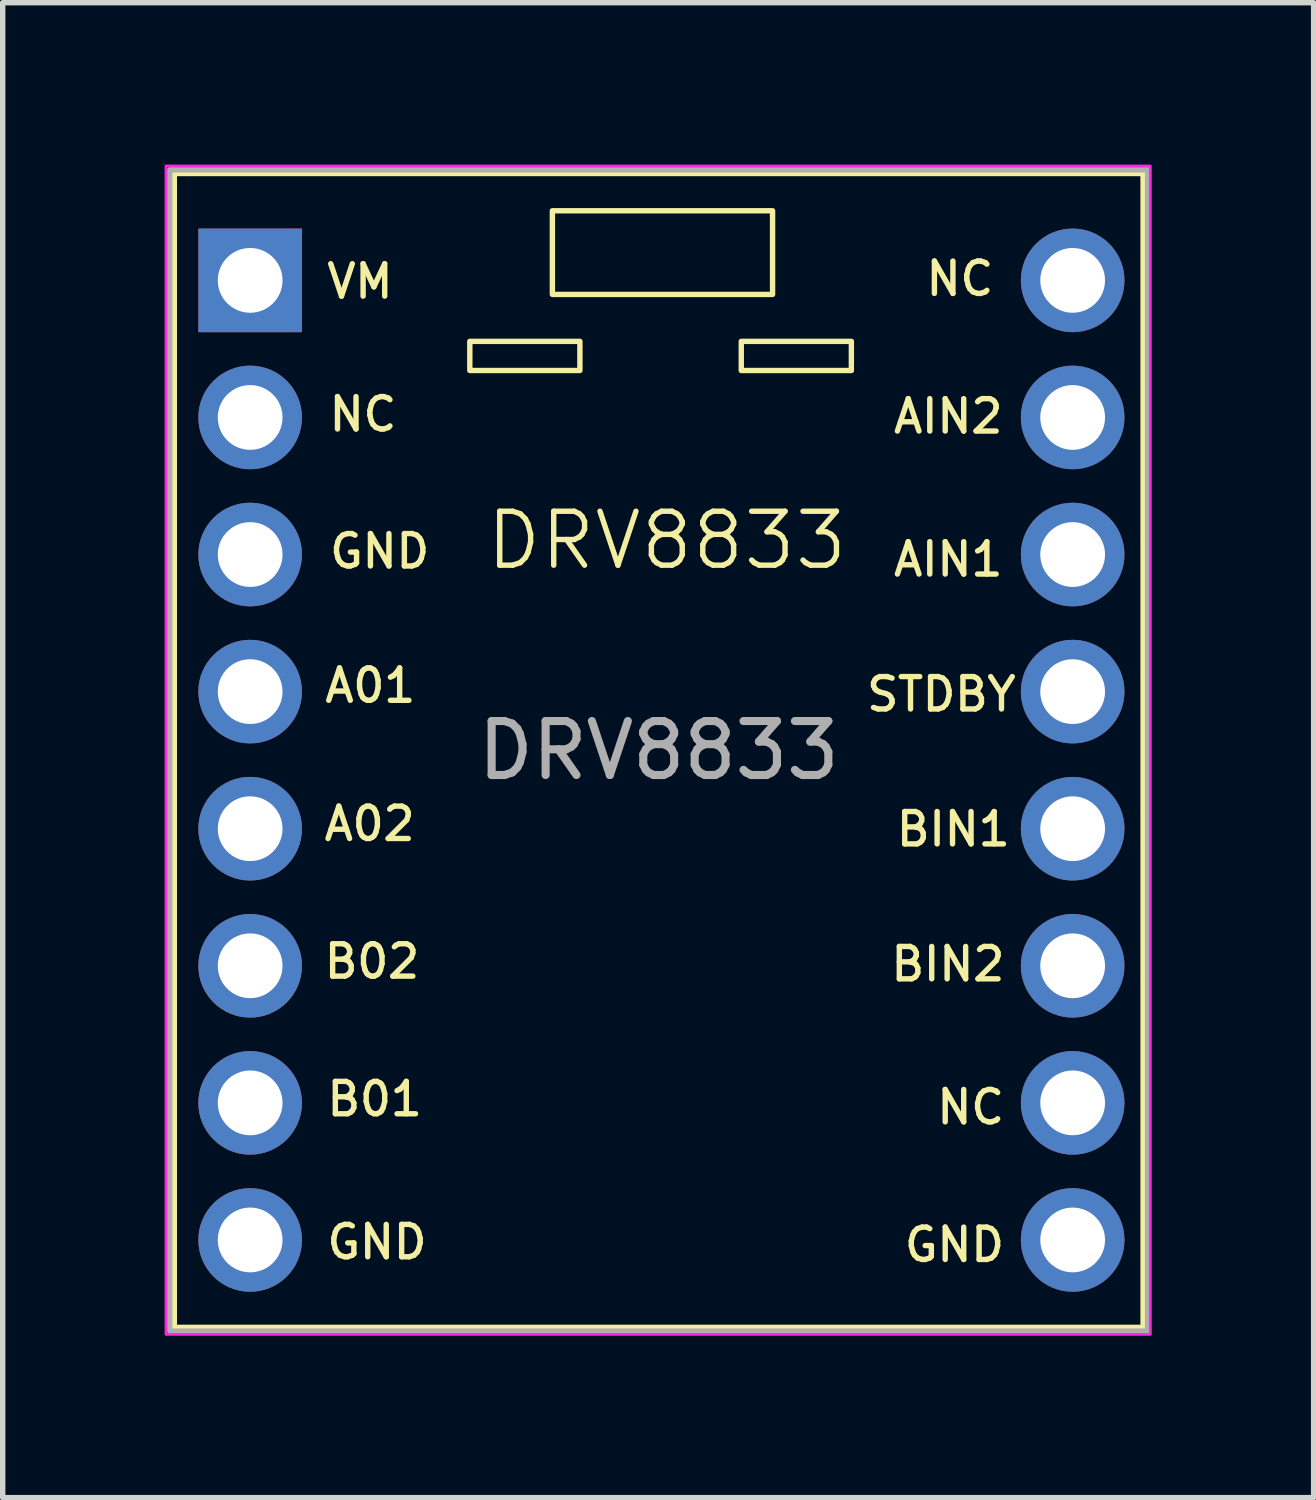
<source format=kicad_pcb>
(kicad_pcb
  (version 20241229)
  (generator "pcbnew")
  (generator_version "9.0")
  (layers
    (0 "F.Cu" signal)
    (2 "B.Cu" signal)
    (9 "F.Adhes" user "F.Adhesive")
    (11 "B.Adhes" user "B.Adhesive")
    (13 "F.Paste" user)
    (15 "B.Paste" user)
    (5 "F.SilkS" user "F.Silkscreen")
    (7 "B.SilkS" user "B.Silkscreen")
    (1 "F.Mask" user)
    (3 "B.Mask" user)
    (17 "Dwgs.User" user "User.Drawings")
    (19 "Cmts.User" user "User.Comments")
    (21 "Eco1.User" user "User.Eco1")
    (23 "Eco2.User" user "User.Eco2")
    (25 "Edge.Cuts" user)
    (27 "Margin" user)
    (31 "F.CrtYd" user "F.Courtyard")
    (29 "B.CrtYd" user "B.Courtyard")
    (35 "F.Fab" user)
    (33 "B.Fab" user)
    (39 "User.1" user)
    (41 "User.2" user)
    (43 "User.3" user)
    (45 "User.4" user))
  (footprint "DRV8833"
    (layer "F.Cu")
    (at 9.205 9.765)
    (property "Reference" "DRV8833" (at 0.1 -2.8 0) (unlocked yes) (layer "F.SilkS") (effects (font (size 1 1) (thickness 0.1))))
    (attr through_hole)
    (fp_rect (start -9.025 -9.6) (end 8.925 11.78) (stroke (width 0.1) (type solid)) (fill no) (layer "F.SilkS"))
    (fp_rect (start -3.55 -6.49) (end -1.51 -5.95) (stroke (width 0.1) (type default)) (fill no) (layer "F.SilkS"))
    (fp_rect (start -2.02 -8.91) (end 2.06 -7.36) (stroke (width 0.1) (type default)) (fill no) (layer "F.SilkS"))
    (fp_rect (start 1.48 -6.49) (end 3.52 -5.95) (stroke (width 0.1) (type default)) (fill no) (layer "F.SilkS"))
    (fp_rect (start -9.18 -9.74) (end 9.06 11.91) (stroke (width 0.05) (type solid)) (fill no) (layer "F.CrtYd"))
    (fp_rect (start -9.11 -9.67) (end 9.01 11.85) (stroke (width 0.1) (type solid)) (fill no) (layer "F.Fab"))
    (fp_text user "NC" (at 5.05 8.05 0) (unlocked yes) (layer "F.SilkS") (effects (font (size 0.6 0.6) (thickness 0.1)) (justify left bottom)))
    (fp_text user "GND" (at 4.45 10.6 0) (unlocked yes) (layer "F.SilkS") (effects (font (size 0.6 0.6) (thickness 0.1)) (justify left bottom)))
    (fp_text user "A01" (at -6.287 0.239 0) (unlocked yes) (layer "F.SilkS") (effects (font (size 0.6 0.6) (thickness 0.1)) (justify left bottom)))
    (fp_text user "NC" (at 4.85 -7.3 0) (unlocked yes) (layer "F.SilkS") (effects (font (size 0.6 0.6) (thickness 0.1)) (justify left bottom)))
    (fp_text user "BIN2" (at 4.2 5.4 0) (unlocked yes) (layer "F.SilkS") (effects (font (size 0.6 0.6) (thickness 0.1)) (justify left bottom)))
    (fp_text user "BIN1" (at 4.3 2.9 0) (unlocked yes) (layer "F.SilkS") (effects (font (size 0.6 0.6) (thickness 0.1)) (justify left bottom)))
    (fp_text user "A02" (at -6.3 2.8 0) (unlocked yes) (layer "F.SilkS") (effects (font (size 0.6 0.6) (thickness 0.1)) (justify left bottom)))
    (fp_text user "NC" (at -6.21 -4.788 0) (unlocked yes) (layer "F.SilkS") (effects (font (size 0.6 0.6) (thickness 0.1)) (justify left bottom)))
    (fp_text user "AIN1" (at 4.25 -2.1 0) (unlocked yes) (layer "F.SilkS") (effects (font (size 0.6 0.6) (thickness 0.1)) (justify left bottom)))
    (fp_text user "AIN2" (at 4.25 -4.75 0) (unlocked yes) (layer "F.SilkS") (effects (font (size 0.6 0.6) (thickness 0.1)) (justify left bottom)))
    (fp_text user "STDBY" (at 3.75 0.4 0) (unlocked yes) (layer "F.SilkS") (effects (font (size 0.6 0.6) (thickness 0.1)) (justify left bottom)))
    (fp_text user "VM" (at -6.25 -7.25 0) (unlocked yes) (layer "F.SilkS") (effects (font (size 0.6 0.6) (thickness 0.1)) (justify left bottom)))
    (fp_text user "GND" (at -6.25 10.55 0) (unlocked yes) (layer "F.SilkS") (effects (font (size 0.6 0.6) (thickness 0.1)) (justify left bottom)))
    (fp_text user "B01" (at -6.25 7.9 0) (unlocked yes) (layer "F.SilkS") (effects (font (size 0.6 0.6) (thickness 0.1)) (justify left bottom)))
    (fp_text user "B02" (at -6.3 5.35 0) (unlocked yes) (layer "F.SilkS") (effects (font (size 0.6 0.6) (thickness 0.1)) (justify left bottom)))
    (fp_text user "GND" (at -6.2 -2.25 0) (unlocked yes) (layer "F.SilkS") (effects (font (size 0.6 0.6) (thickness 0.1)) (justify left bottom)))
    (fp_text user "${REFERENCE}" (at -0.05 1.09 0) (unlocked yes) (layer "F.Fab") (effects (font (size 1 1) (thickness 0.15))))
    (pad "1" thru_hole rect (at -7.62 -7.62) (size 1.92 1.92) (drill 1.2) (layers "*.Cu" "*.Mask"))
    (pad "2" thru_hole circle (at -7.62 -5.08) (size 1.92 1.92) (drill 1.2) (layers "*.Cu" "*.Mask"))
    (pad "3" thru_hole circle (at -7.62 -2.54) (size 1.92 1.92) (drill 1.2) (layers "*.Cu" "*.Mask"))
    (pad "4" thru_hole circle (at -7.62 0) (size 1.92 1.92) (drill 1.2) (layers "*.Cu" "*.Mask"))
    (pad "5" thru_hole circle (at -7.62 2.54) (size 1.92 1.92) (drill 1.2) (layers "*.Cu" "*.Mask"))
    (pad "6" thru_hole circle (at -7.62 5.08) (size 1.92 1.92) (drill 1.2) (layers "*.Cu" "*.Mask"))
    (pad "7" thru_hole circle (at -7.62 7.62) (size 1.92 1.92) (drill 1.2) (layers "*.Cu" "*.Mask"))
    (pad "8" thru_hole circle (at -7.62 10.16) (size 1.92 1.92) (drill 1.2) (layers "*.Cu" "*.Mask"))
    (pad "9" thru_hole circle (at 7.62 -7.62) (size 1.92 1.92) (drill 1.2) (layers "*.Cu" "*.Mask"))
    (pad "10" thru_hole circle (at 7.62 -5.08) (size 1.92 1.92) (drill 1.2) (layers "*.Cu" "*.Mask"))
    (pad "11" thru_hole circle (at 7.62 -2.54) (size 1.92 1.92) (drill 1.2) (layers "*.Cu" "*.Mask"))
    (pad "12" thru_hole circle (at 7.62 0) (size 1.92 1.92) (drill 1.2) (layers "*.Cu" "*.Mask"))
    (pad "13" thru_hole circle (at 7.62 2.54) (size 1.92 1.92) (drill 1.2) (layers "*.Cu" "*.Mask"))
    (pad "14" thru_hole circle (at 7.62 5.08) (size 1.92 1.92) (drill 1.2) (layers "*.Cu" "*.Mask"))
    (pad "15" thru_hole circle (at 7.62 7.62) (size 1.92 1.92) (drill 1.2) (layers "*.Cu" "*.Mask"))
    (pad "16" thru_hole circle (at 7.62 10.16) (size 1.92 1.92) (drill 1.2) (layers "*.Cu" "*.Mask")))
  (gr_rect
    (start -3 -3)
    (end 21.29 24.7)
    (stroke (width 0.1) (type default))
    (fill no)
    (layer "Edge.Cuts")))
</source>
